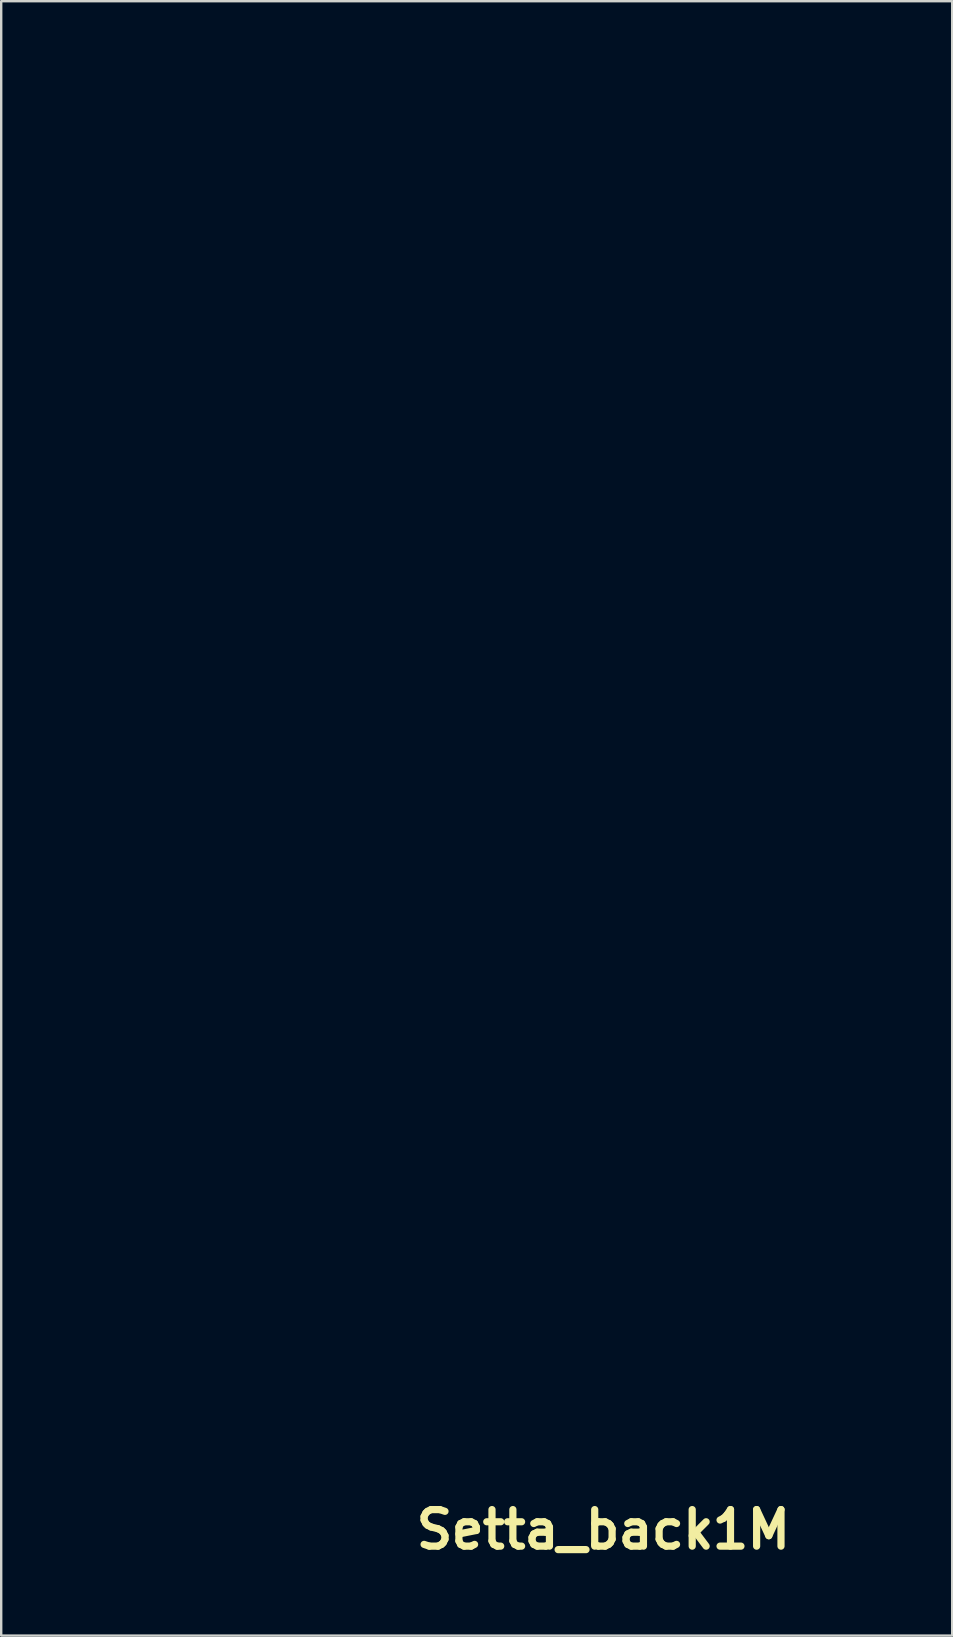
<source format=kicad_pcb>
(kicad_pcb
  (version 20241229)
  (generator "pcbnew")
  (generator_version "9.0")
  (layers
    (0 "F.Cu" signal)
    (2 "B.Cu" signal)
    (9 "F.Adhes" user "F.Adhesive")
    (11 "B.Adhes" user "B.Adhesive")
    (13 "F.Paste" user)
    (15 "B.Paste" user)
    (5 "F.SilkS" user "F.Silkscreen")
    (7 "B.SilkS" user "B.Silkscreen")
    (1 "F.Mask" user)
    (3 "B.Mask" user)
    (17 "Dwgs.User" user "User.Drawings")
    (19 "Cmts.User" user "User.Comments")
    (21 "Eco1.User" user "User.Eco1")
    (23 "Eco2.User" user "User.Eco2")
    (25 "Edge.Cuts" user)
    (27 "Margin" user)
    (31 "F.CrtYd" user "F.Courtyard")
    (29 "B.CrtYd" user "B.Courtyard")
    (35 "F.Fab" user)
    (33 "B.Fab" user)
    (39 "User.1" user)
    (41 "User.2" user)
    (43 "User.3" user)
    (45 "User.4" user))
  (footprint "Setta_back1M"
    (layer "F.Cu")
    (at 22.103 60.711)
    (property "Reference" "Setta_back1M" (at 0 0 0) (layer "F.SilkS") (effects (font (size 1.524 1.524) (thickness 0.3))))
    (attr through_hole)
    (fp_poly (pts (xy -11.429 -58.176) (xy -11.33 -58.129) (xy -11.177 -58.046) (xy -11.108 -57.963) (xy -11.095 -57.83) (xy -11.101 -57.721) (xy -11.13 -57.484) (xy -11.189 -57.174) (xy -11.282 -56.779) (xy -11.41 -56.291) (xy -11.577 -55.697) (xy -11.653 -55.435) (xy -11.821 -54.795) (xy -11.93 -54.214) (xy -11.987 -53.646) (xy -12.001 -53.156) (xy -11.988 -52.691) (xy -11.947 -52.232) (xy -11.875 -51.765) (xy -11.766 -51.277) (xy -11.618 -50.753) (xy -11.426 -50.18) (xy -11.186 -49.544) (xy -10.893 -48.832) (xy -10.545 -48.029) (xy -10.349 -47.593) (xy -10.068 -46.911) (xy -9.803 -46.153) (xy -9.58 -45.403) (xy -9.387 -44.535) (xy -9.285 -43.689) (xy -9.278 -42.849) (xy -9.367 -42.002) (xy -9.553 -41.134) (xy -9.84 -40.232) (xy -10.228 -39.281) (xy -10.545 -38.613) (xy -10.834 -38.052) (xy -11.096 -37.598) (xy -11.342 -37.236) (xy -11.583 -36.952) (xy -11.834 -36.733) (xy -12.104 -36.564) (xy -12.408 -36.431) (xy -12.452 -36.415) (xy -12.619 -36.365) (xy -12.718 -36.369) (xy -12.79 -36.421) (xy -12.876 -36.578) (xy -12.924 -36.82) (xy -12.933 -37.106) (xy -12.897 -37.399) (xy -12.893 -37.415) (xy -12.846 -37.609) (xy -12.79 -37.8) (xy -12.715 -38.015) (xy -12.611 -38.282) (xy -12.468 -38.626) (xy -12.395 -38.798) (xy -12.308 -39.025) (xy -12.232 -39.271) (xy -12.162 -39.563) (xy -12.091 -39.93) (xy -12.024 -40.322) (xy -11.979 -40.679) (xy -11.944 -41.114) (xy -11.921 -41.603) (xy -11.908 -42.123) (xy -11.906 -42.649) (xy -11.914 -43.156) (xy -11.934 -43.62) (xy -11.964 -44.017) (xy -12.005 -44.322) (xy -12.025 -44.418) (xy -12.328 -45.367) (xy -12.747 -46.287) (xy -12.749 -46.291) (xy -13.07 -46.908) (xy -13.336 -47.434) (xy -13.553 -47.887) (xy -13.728 -48.286) (xy -13.869 -48.651) (xy -13.984 -49.001) (xy -14.079 -49.354) (xy -14.161 -49.73) (xy -14.239 -50.146) (xy -14.25 -50.213) (xy -14.296 -50.561) (xy -14.327 -50.978) (xy -14.345 -51.43) (xy -14.349 -51.882) (xy -14.337 -52.3) (xy -14.311 -52.651) (xy -14.282 -52.843) (xy -14.176 -53.359) (xy -14.086 -53.774) (xy -14.006 -54.114) (xy -13.929 -54.401) (xy -13.847 -54.66) (xy -13.753 -54.916) (xy -13.641 -55.193) (xy -13.511 -55.499) (xy -13.315 -55.919) (xy -13.09 -56.351) (xy -12.846 -56.776) (xy -12.597 -57.174) (xy -12.354 -57.529) (xy -12.13 -57.82) (xy -11.935 -58.03) (xy -11.805 -58.129) (xy -11.658 -58.202) (xy -11.553 -58.217) (xy -11.429 -58.176)) (stroke (width 0.01) (type solid)) (fill yes) (layer "F.Mask"))
    (fp_poly (pts (xy 1.933 -58.158) (xy 2.064 -58.118) (xy 2.131 -58.021) (xy 2.155 -57.841) (xy 2.157 -57.635) (xy 2.148 -57.391) (xy 2.119 -57.125) (xy 2.066 -56.822) (xy 1.987 -56.463) (xy 1.876 -56.03) (xy 1.731 -55.506) (xy 1.619 -55.118) (xy 1.421 -54.353) (xy 1.293 -53.629) (xy 1.235 -52.928) (xy 1.249 -52.234) (xy 1.339 -51.528) (xy 1.506 -50.795) (xy 1.752 -50.016) (xy 2.078 -49.176) (xy 2.437 -48.366) (xy 2.541 -48.14) (xy 2.62 -47.962) (xy 2.663 -47.86) (xy 2.667 -47.846) (xy 2.692 -47.782) (xy 2.759 -47.63) (xy 2.857 -47.415) (xy 2.921 -47.276) (xy 3.031 -47.033) (xy 3.117 -46.834) (xy 3.167 -46.706) (xy 3.175 -46.676) (xy 3.202 -46.588) (xy 3.267 -46.447) (xy 3.27 -46.442) (xy 3.338 -46.28) (xy 3.365 -46.152) (xy 3.395 -46.04) (xy 3.421 -46.01) (xy 3.478 -45.927) (xy 3.509 -45.832) (xy 3.538 -45.71) (xy 3.592 -45.5) (xy 3.661 -45.238) (xy 3.702 -45.085) (xy 3.78 -44.754) (xy 3.856 -44.357) (xy 3.918 -43.956) (xy 3.944 -43.747) (xy 3.977 -43.397) (xy 3.991 -43.109) (xy 3.984 -42.834) (xy 3.955 -42.523) (xy 3.917 -42.22) (xy 3.82 -41.647) (xy 3.677 -41.07) (xy 3.482 -40.47) (xy 3.228 -39.828) (xy 2.908 -39.123) (xy 2.56 -38.425) (xy 2.311 -37.954) (xy 2.098 -37.577) (xy 1.905 -37.274) (xy 1.719 -37.023) (xy 1.525 -36.803) (xy 1.369 -36.649) (xy 1.112 -36.436) (xy 0.897 -36.333) (xy 0.709 -36.335) (xy 0.533 -36.44) (xy 0.516 -36.455) (xy 0.395 -36.6) (xy 0.314 -36.78) (xy 0.274 -37.008) (xy 0.275 -37.297) (xy 0.319 -37.66) (xy 0.404 -38.108) (xy 0.532 -38.655) (xy 0.635 -39.053) (xy 0.821 -39.855) (xy 0.964 -40.685) (xy 1.065 -41.519) (xy 1.121 -42.336) (xy 1.132 -43.115) (xy 1.096 -43.835) (xy 1.013 -44.472) (xy 0.933 -44.831) (xy 0.856 -45.088) (xy 0.742 -45.424) (xy 0.604 -45.81) (xy 0.453 -46.214) (xy 0.302 -46.604) (xy 0.161 -46.95) (xy 0.043 -47.22) (xy 0.001 -47.306) (xy -0.084 -47.476) (xy -0.129 -47.563) (xy -0.204 -47.728) (xy -0.309 -47.979) (xy -0.432 -48.285) (xy -0.559 -48.611) (xy -0.678 -48.927) (xy -0.775 -49.198) (xy -0.791 -49.244) (xy -1.072 -50.245) (xy -1.23 -51.227) (xy -1.265 -52.193) (xy -1.175 -53.146) (xy -0.961 -54.089) (xy -0.621 -55.025) (xy -0.156 -55.957) (xy 0.435 -56.888) (xy 0.619 -57.142) (xy 0.896 -57.508) (xy 1.118 -57.78) (xy 1.299 -57.969) (xy 1.452 -58.088) (xy 1.59 -58.15) (xy 1.717 -58.166) (xy 1.933 -58.158)) (stroke (width 0.01) (type solid)) (fill yes) (layer "F.Mask"))
    (fp_poly (pts (xy -4.537 -60.68) (xy -4.457 -60.587) (xy -4.389 -60.408) (xy -4.323 -60.128) (xy -4.294 -59.747) (xy -4.345 -59.291) (xy -4.472 -58.785) (xy -4.577 -58.483) (xy -4.699 -58.147) (xy -4.793 -57.841) (xy -4.866 -57.532) (xy -4.924 -57.191) (xy -4.973 -56.784) (xy -5.018 -56.307) (xy -5.052 -55.345) (xy -4.996 -54.299) (xy -4.85 -53.175) (xy -4.614 -51.977) (xy -4.29 -50.711) (xy -4.225 -50.483) (xy -4.133 -50.172) (xy -4.063 -49.934) (xy -3.998 -49.721) (xy -3.926 -49.49) (xy -3.832 -49.192) (xy -3.808 -49.117) (xy -3.718 -48.83) (xy -3.637 -48.569) (xy -3.576 -48.37) (xy -3.553 -48.292) (xy -3.512 -48.152) (xy -3.446 -47.926) (xy -3.364 -47.648) (xy -3.301 -47.434) (xy -3.104 -46.753) (xy -2.949 -46.165) (xy -2.831 -45.646) (xy -2.746 -45.171) (xy -2.689 -44.714) (xy -2.656 -44.252) (xy -2.643 -43.759) (xy -2.642 -43.593) (xy -2.645 -43.155) (xy -2.657 -42.793) (xy -2.683 -42.472) (xy -2.727 -42.156) (xy -2.794 -41.811) (xy -2.887 -41.402) (xy -2.965 -41.084) (xy -3.036 -40.82) (xy -3.133 -40.491) (xy -3.241 -40.138) (xy -3.349 -39.805) (xy -3.443 -39.532) (xy -3.481 -39.431) (xy -3.541 -39.275) (xy -3.621 -39.069) (xy -3.652 -38.989) (xy -3.728 -38.79) (xy -3.793 -38.623) (xy -3.811 -38.576) (xy -4.122 -37.796) (xy -4.413 -37.13) (xy -4.689 -36.572) (xy -4.955 -36.112) (xy -5.218 -35.742) (xy -5.483 -35.453) (xy -5.757 -35.236) (xy -6.044 -35.083) (xy -6.208 -35.024) (xy -6.304 -35.012) (xy -6.377 -35.066) (xy -6.456 -35.209) (xy -6.477 -35.254) (xy -6.578 -35.578) (xy -6.609 -35.957) (xy -6.568 -36.402) (xy -6.453 -36.926) (xy -6.291 -37.465) (xy -6.205 -37.751) (xy -6.121 -38.085) (xy -6.064 -38.354) (xy -6.008 -38.702) (xy -5.952 -39.142) (xy -5.9 -39.642) (xy -5.853 -40.165) (xy -5.815 -40.68) (xy -5.79 -41.151) (xy -5.779 -41.544) (xy -5.779 -41.589) (xy -5.787 -41.918) (xy -5.809 -42.31) (xy -5.841 -42.734) (xy -5.881 -43.16) (xy -5.926 -43.558) (xy -5.973 -43.897) (xy -6.019 -44.147) (xy -6.03 -44.19) (xy -6.076 -44.371) (xy -6.14 -44.619) (xy -6.201 -44.863) (xy -6.265 -45.092) (xy -6.365 -45.416) (xy -6.493 -45.814) (xy -6.642 -46.261) (xy -6.803 -46.735) (xy -6.97 -47.212) (xy -7.134 -47.668) (xy -7.235 -47.943) (xy -7.526 -48.755) (xy -7.761 -49.481) (xy -7.943 -50.142) (xy -8.079 -50.763) (xy -8.173 -51.367) (xy -8.23 -51.978) (xy -8.256 -52.618) (xy -8.257 -52.722) (xy -8.217 -53.665) (xy -8.073 -54.59) (xy -7.819 -55.52) (xy -7.558 -56.229) (xy -7.506 -56.357) (xy -7.427 -56.552) (xy -7.365 -56.706) (xy -7.27 -56.921) (xy -7.131 -57.217) (xy -6.963 -57.559) (xy -6.783 -57.916) (xy -6.607 -58.256) (xy -6.451 -58.546) (xy -6.397 -58.642) (xy -6.166 -59.02) (xy -5.912 -59.395) (xy -5.646 -59.751) (xy -5.383 -60.072) (xy -5.135 -60.344) (xy -4.916 -60.55) (xy -4.739 -60.675) (xy -4.64 -60.706) (xy -4.537 -60.68)) (stroke (width 0.01) (type solid)) (fill yes) (layer "F.Mask"))
    (fp_poly (pts (xy -17.085 -43.466) (xy -16.918 -43.392) (xy -16.736 -43.277) (xy -16.642 -43.15) (xy -16.631 -42.988) (xy -16.702 -42.765) (xy -16.801 -42.552) (xy -16.922 -42.335) (xy -17.074 -42.118) (xy -17.275 -41.876) (xy -17.544 -41.589) (xy -17.739 -41.39) (xy -18.144 -40.968) (xy -18.464 -40.588) (xy -18.72 -40.219) (xy -18.931 -39.829) (xy -19.115 -39.386) (xy -19.293 -38.858) (xy -19.311 -38.798) (xy -19.351 -38.592) (xy -19.379 -38.291) (xy -19.396 -37.928) (xy -19.4 -37.536) (xy -19.393 -37.145) (xy -19.374 -36.789) (xy -19.343 -36.499) (xy -19.314 -36.354) (xy -19.066 -35.635) (xy -18.715 -34.921) (xy -18.282 -34.252) (xy -18.01 -33.909) (xy -17.77 -33.656) (xy -17.47 -33.377) (xy -17.144 -33.101) (xy -16.825 -32.857) (xy -16.548 -32.673) (xy -16.494 -32.642) (xy -15.504 -32.143) (xy -14.507 -31.719) (xy -13.539 -31.385) (xy -13.462 -31.362) (xy -13.217 -31.29) (xy -12.993 -31.223) (xy -12.859 -31.183) (xy -12.756 -31.153) (xy -12.616 -31.116) (xy -12.42 -31.068) (xy -12.15 -31.005) (xy -11.787 -30.921) (xy -11.502 -30.855) (xy -10.956 -30.744) (xy -10.293 -30.631) (xy -9.522 -30.518) (xy -8.653 -30.407) (xy -8.191 -30.353) (xy -7.744 -30.313) (xy -7.198 -30.28) (xy -6.576 -30.255) (xy -5.903 -30.237) (xy -5.201 -30.228) (xy -4.495 -30.226) (xy -3.807 -30.233) (xy -3.161 -30.247) (xy -2.581 -30.27) (xy -2.089 -30.301) (xy -1.841 -30.325) (xy -1.175 -30.406) (xy -0.495 -30.501) (xy 0.175 -30.607) (xy 0.809 -30.718) (xy 1.384 -30.832) (xy 1.875 -30.943) (xy 2.159 -31.018) (xy 2.414 -31.09) (xy 2.682 -31.166) (xy 2.731 -31.18) (xy 3.558 -31.437) (xy 4.322 -31.724) (xy 5.082 -32.067) (xy 5.363 -32.206) (xy 5.925 -32.507) (xy 6.403 -32.801) (xy 6.833 -33.114) (xy 7.255 -33.473) (xy 7.353 -33.563) (xy 7.909 -34.14) (xy 8.349 -34.734) (xy 8.684 -35.363) (xy 8.926 -36.045) (xy 8.947 -36.123) (xy 9.01 -36.469) (xy 9.044 -36.89) (xy 9.05 -37.341) (xy 9.027 -37.774) (xy 8.975 -38.143) (xy 8.954 -38.236) (xy 8.818 -38.725) (xy 8.683 -39.132) (xy 8.533 -39.501) (xy 8.352 -39.876) (xy 8.335 -39.91) (xy 8.191 -40.176) (xy 8.053 -40.403) (xy 7.9 -40.62) (xy 7.71 -40.855) (xy 7.462 -41.137) (xy 7.308 -41.307) (xy 6.889 -41.805) (xy 6.585 -42.26) (xy 6.392 -42.675) (xy 6.326 -42.919) (xy 6.312 -43.1) (xy 6.362 -43.216) (xy 6.495 -43.28) (xy 6.727 -43.305) (xy 6.863 -43.307) (xy 7.411 -43.245) (xy 7.967 -43.06) (xy 8.522 -42.756) (xy 9.068 -42.338) (xy 9.272 -42.15) (xy 9.906 -41.449) (xy 10.449 -40.666) (xy 10.891 -39.818) (xy 11.224 -38.919) (xy 11.302 -38.64) (xy 11.478 -37.713) (xy 11.534 -36.79) (xy 11.471 -35.881) (xy 11.292 -34.997) (xy 11 -34.146) (xy 10.597 -33.342) (xy 10.087 -32.592) (xy 9.624 -32.063) (xy 9.069 -31.552) (xy 8.402 -31.046) (xy 7.641 -30.556) (xy 6.802 -30.089) (xy 5.901 -29.654) (xy 4.955 -29.261) (xy 3.979 -28.917) (xy 3.588 -28.797) (xy 3.356 -28.727) (xy 3.152 -28.665) (xy 3.048 -28.632) (xy 2.869 -28.581) (xy 2.594 -28.513) (xy 2.252 -28.432) (xy 1.872 -28.347) (xy 1.481 -28.263) (xy 1.109 -28.187) (xy 0.784 -28.124) (xy 0.667 -28.103) (xy 0.355 -28.049) (xy 0.051 -27.995) (xy -0.198 -27.95) (xy -0.286 -27.933) (xy -0.877 -27.838) (xy -1.572 -27.757) (xy -2.35 -27.69) (xy -3.186 -27.638) (xy -4.06 -27.602) (xy -4.949 -27.584) (xy -5.83 -27.583) (xy -6.681 -27.601) (xy -7.481 -27.639) (xy -7.747 -27.657) (xy -8.386 -27.708) (xy -8.96 -27.76) (xy -9.455 -27.813) (xy -9.858 -27.864) (xy -10.155 -27.913) (xy -10.287 -27.942) (xy -10.495 -27.985) (xy -10.688 -28.003) (xy -10.691 -28.003) (xy -10.844 -28.017) (xy -11.071 -28.052) (xy -11.324 -28.102) (xy -11.326 -28.103) (xy -11.636 -28.17) (xy -11.987 -28.245) (xy -12.255 -28.302) (xy -13.478 -28.599) (xy -14.662 -28.963) (xy -15.797 -29.389) (xy -16.868 -29.87) (xy -17.864 -30.401) (xy -18.77 -30.975) (xy -19.575 -31.585) (xy -20.092 -32.052) (xy -20.723 -32.737) (xy -21.234 -33.439) (xy -21.628 -34.166) (xy -21.911 -34.928) (xy -21.998 -35.262) (xy -22.043 -35.537) (xy -22.075 -35.896) (xy -22.093 -36.304) (xy -22.098 -36.725) (xy -22.089 -37.125) (xy -22.065 -37.467) (xy -22.029 -37.702) (xy -21.786 -38.603) (xy -21.483 -39.413) (xy -21.107 -40.162) (xy -20.645 -40.877) (xy -20.308 -41.316) (xy -19.857 -41.82) (xy -19.355 -42.289) (xy -18.823 -42.705) (xy -18.285 -43.053) (xy -17.764 -43.314) (xy -17.42 -43.438) (xy -17.23 -43.48) (xy -17.085 -43.466)) (stroke (width 0.01) (type solid)) (fill yes) (layer "F.Mask")))
  (gr_rect
    (start -3 -3)
    (end 36.642 65.129)
    (stroke (width 0.1) (type default))
    (fill no)
    (layer "Edge.Cuts")))
</source>
